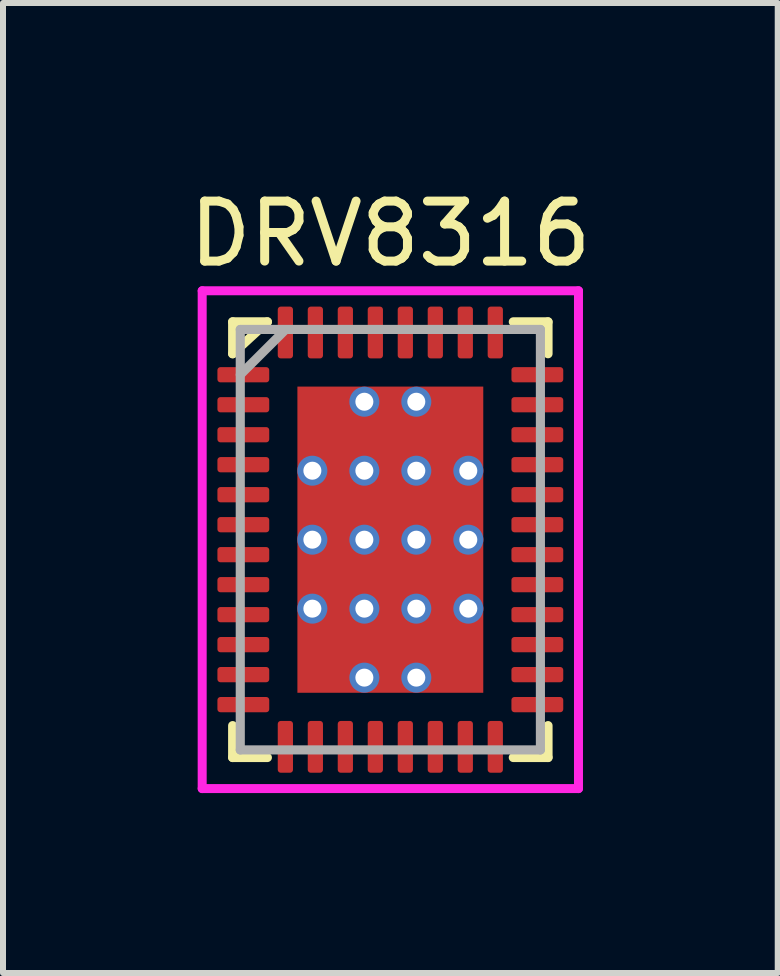
<source format=kicad_pcb>
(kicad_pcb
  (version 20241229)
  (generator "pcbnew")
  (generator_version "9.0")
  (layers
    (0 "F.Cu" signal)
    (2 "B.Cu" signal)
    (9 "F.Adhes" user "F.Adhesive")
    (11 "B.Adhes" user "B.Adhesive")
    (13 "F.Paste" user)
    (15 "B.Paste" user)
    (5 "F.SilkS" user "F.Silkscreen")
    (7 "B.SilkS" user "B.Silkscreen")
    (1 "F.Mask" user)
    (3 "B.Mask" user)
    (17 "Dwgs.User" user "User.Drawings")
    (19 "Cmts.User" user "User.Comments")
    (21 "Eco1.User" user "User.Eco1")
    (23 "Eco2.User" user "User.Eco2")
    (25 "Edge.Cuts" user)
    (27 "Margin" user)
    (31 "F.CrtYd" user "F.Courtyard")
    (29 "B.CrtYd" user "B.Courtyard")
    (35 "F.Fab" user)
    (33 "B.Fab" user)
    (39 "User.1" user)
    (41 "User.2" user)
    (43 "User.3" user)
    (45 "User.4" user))
  (footprint "DRV8316"
    (layer "F.Cu")
    (at 3.458 5.948)
    (property "Reference" "DRV8316" (at 0 -5.1 0) (layer "F.SilkS") (effects (font (size 1 1) (thickness 0.15))))
    (attr through_hole)
    (fp_line (start -2.629 -3.632) (end -2.629 -3.1) (stroke (width 0.152) (type solid)) (layer "F.SilkS"))
    (fp_line (start -2.629 -3.1) (end -2.05 -3.632) (stroke (width 0.152) (type solid)) (layer "F.SilkS"))
    (fp_line (start -2.629 3.1) (end -2.629 3.632) (stroke (width 0.152) (type solid)) (layer "F.SilkS"))
    (fp_line (start -2.629 3.632) (end -2.05 3.632) (stroke (width 0.152) (type solid)) (layer "F.SilkS"))
    (fp_line (start -2.05 -3.632) (end -2.629 -3.632) (stroke (width 0.152) (type solid)) (layer "F.SilkS"))
    (fp_line (start 2.05 3.632) (end 2.629 3.632) (stroke (width 0.152) (type solid)) (layer "F.SilkS"))
    (fp_line (start 2.629 -3.632) (end 2.05 -3.632) (stroke (width 0.152) (type solid)) (layer "F.SilkS"))
    (fp_line (start 2.629 -3.1) (end 2.629 -3.632) (stroke (width 0.152) (type solid)) (layer "F.SilkS"))
    (fp_line (start 2.629 3.632) (end 2.629 3.1) (stroke (width 0.152) (type solid)) (layer "F.SilkS"))
    (fp_poly (pts (xy -0.6 -1.375) (xy -1.15 -1.375) (xy -1.15 -2.125) (xy -0.6 -2.125)) (stroke (width 0.1) (type solid)) (fill yes) (layer "F.Paste"))
    (fp_poly (pts (xy -0.6 -0.208) (xy -1.15 -0.208) (xy -1.15 -0.958) (xy -0.6 -0.958)) (stroke (width 0.1) (type solid)) (fill yes) (layer "F.Paste"))
    (fp_poly (pts (xy -0.6 0.958) (xy -1.15 0.958) (xy -1.15 0.208) (xy -0.6 0.208)) (stroke (width 0.1) (type solid)) (fill yes) (layer "F.Paste"))
    (fp_poly (pts (xy -0.6 2.125) (xy -1.15 2.125) (xy -1.15 1.375) (xy -0.6 1.375)) (stroke (width 0.1) (type solid)) (fill yes) (layer "F.Paste"))
    (fp_poly (pts (xy 0.275 -1.375) (xy -0.275 -1.375) (xy -0.275 -2.125) (xy 0.275 -2.125)) (stroke (width 0.1) (type solid)) (fill yes) (layer "F.Paste"))
    (fp_poly (pts (xy 0.275 -0.208) (xy -0.275 -0.208) (xy -0.275 -0.958) (xy 0.275 -0.958)) (stroke (width 0.1) (type solid)) (fill yes) (layer "F.Paste"))
    (fp_poly (pts (xy 0.275 0.958) (xy -0.275 0.958) (xy -0.275 0.208) (xy 0.275 0.208)) (stroke (width 0.1) (type solid)) (fill yes) (layer "F.Paste"))
    (fp_poly (pts (xy 0.275 2.125) (xy -0.275 2.125) (xy -0.275 1.375) (xy 0.275 1.375)) (stroke (width 0.1) (type solid)) (fill yes) (layer "F.Paste"))
    (fp_poly (pts (xy 1.15 -1.375) (xy 0.6 -1.375) (xy 0.6 -2.125) (xy 1.15 -2.125)) (stroke (width 0.1) (type solid)) (fill yes) (layer "F.Paste"))
    (fp_poly (pts (xy 1.15 -0.208) (xy 0.6 -0.208) (xy 0.6 -0.958) (xy 1.15 -0.958)) (stroke (width 0.1) (type solid)) (fill yes) (layer "F.Paste"))
    (fp_poly (pts (xy 1.15 0.958) (xy 0.6 0.958) (xy 0.6 0.208) (xy 1.15 0.208)) (stroke (width 0.1) (type solid)) (fill yes) (layer "F.Paste"))
    (fp_poly (pts (xy 1.15 2.125) (xy 0.6 2.125) (xy 0.6 1.375) (xy 1.15 1.375)) (stroke (width 0.1) (type solid)) (fill yes) (layer "F.Paste"))
    (fp_line (start -3.137 -4.15) (end 3.137 -4.15) (stroke (width 0.15) (type solid)) (layer "F.CrtYd"))
    (fp_line (start -3.137 4.15) (end -3.137 -4.15) (stroke (width 0.15) (type solid)) (layer "F.CrtYd"))
    (fp_line (start 3.137 -4.15) (end 3.137 4.15) (stroke (width 0.15) (type solid)) (layer "F.CrtYd"))
    (fp_line (start 3.137 4.15) (end -3.137 4.15) (stroke (width 0.15) (type solid)) (layer "F.CrtYd"))
    (fp_line (start -2.502 -3.505) (end -2.502 3.505) (stroke (width 0.152) (type solid)) (layer "F.Fab"))
    (fp_line (start -2.502 -2.75) (end -1.75 -3.5) (stroke (width 0.152) (type solid)) (layer "F.Fab"))
    (fp_line (start -2.502 3.505) (end 2.502 3.505) (stroke (width 0.152) (type solid)) (layer "F.Fab"))
    (fp_line (start 2.502 -3.505) (end -2.502 -3.505) (stroke (width 0.152) (type solid)) (layer "F.Fab"))
    (fp_line (start 2.502 3.505) (end 2.502 -3.505) (stroke (width 0.152) (type solid)) (layer "F.Fab"))
    (pad "1" smd roundrect (at -2.451 -2.75 90) (size 0.254 0.864) (layers "F.Cu" "F.Mask" "F.Paste") (roundrect_rratio 0.197))
    (pad "2" smd roundrect (at -2.451 -2.25 90) (size 0.254 0.864) (layers "F.Cu" "F.Mask" "F.Paste") (roundrect_rratio 0.197))
    (pad "3" smd roundrect (at -2.451 -1.75 90) (size 0.254 0.864) (layers "F.Cu" "F.Mask" "F.Paste") (roundrect_rratio 0.197))
    (pad "4" smd roundrect (at -2.451 -1.25 90) (size 0.254 0.864) (layers "F.Cu" "F.Mask" "F.Paste") (roundrect_rratio 0.197))
    (pad "5" smd roundrect (at -2.451 -0.75 90) (size 0.254 0.864) (layers "F.Cu" "F.Mask" "F.Paste") (roundrect_rratio 0.197))
    (pad "6" smd roundrect (at -2.451 -0.25 90) (size 0.254 0.864) (layers "F.Cu" "F.Mask" "F.Paste") (roundrect_rratio 0.197))
    (pad "7" smd roundrect (at -2.451 0.25 90) (size 0.254 0.864) (layers "F.Cu" "F.Mask" "F.Paste") (roundrect_rratio 0.197))
    (pad "8" smd roundrect (at -2.451 0.75 90) (size 0.254 0.864) (layers "F.Cu" "F.Mask" "F.Paste") (roundrect_rratio 0.197))
    (pad "9" smd roundrect (at -2.451 1.25 90) (size 0.254 0.864) (layers "F.Cu" "F.Mask" "F.Paste") (roundrect_rratio 0.197))
    (pad "10" smd roundrect (at -2.451 1.75 90) (size 0.254 0.864) (layers "F.Cu" "F.Mask" "F.Paste") (roundrect_rratio 0.197))
    (pad "11" smd roundrect (at -2.451 2.25 90) (size 0.254 0.864) (layers "F.Cu" "F.Mask" "F.Paste") (roundrect_rratio 0.197))
    (pad "12" smd roundrect (at -2.451 2.75 90) (size 0.254 0.864) (layers "F.Cu" "F.Mask" "F.Paste") (roundrect_rratio 0.197))
    (pad "13" smd roundrect (at -1.75 3.454) (size 0.254 0.864) (layers "F.Cu" "F.Mask" "F.Paste") (roundrect_rratio 0.197))
    (pad "14" smd roundrect (at -1.25 3.454) (size 0.254 0.864) (layers "F.Cu" "F.Mask" "F.Paste") (roundrect_rratio 0.197))
    (pad "15" smd roundrect (at -0.75 3.454) (size 0.254 0.864) (layers "F.Cu" "F.Mask" "F.Paste") (roundrect_rratio 0.197))
    (pad "16" smd roundrect (at -0.25 3.454) (size 0.254 0.864) (layers "F.Cu" "F.Mask" "F.Paste") (roundrect_rratio 0.197))
    (pad "17" smd roundrect (at 0.25 3.454) (size 0.254 0.864) (layers "F.Cu" "F.Mask" "F.Paste") (roundrect_rratio 0.197))
    (pad "18" smd roundrect (at 0.75 3.454) (size 0.254 0.864) (layers "F.Cu" "F.Mask" "F.Paste") (roundrect_rratio 0.197))
    (pad "19" smd roundrect (at 1.25 3.454) (size 0.254 0.864) (layers "F.Cu" "F.Mask" "F.Paste") (roundrect_rratio 0.197))
    (pad "20" smd roundrect (at 1.75 3.454) (size 0.254 0.864) (layers "F.Cu" "F.Mask" "F.Paste") (roundrect_rratio 0.197))
    (pad "21" smd roundrect (at 2.451 2.75 90) (size 0.254 0.864) (layers "F.Cu" "F.Mask" "F.Paste") (roundrect_rratio 0.197))
    (pad "22" smd roundrect (at 2.451 2.25 90) (size 0.254 0.864) (layers "F.Cu" "F.Mask" "F.Paste") (roundrect_rratio 0.197))
    (pad "23" smd roundrect (at 2.451 1.75 90) (size 0.254 0.864) (layers "F.Cu" "F.Mask" "F.Paste") (roundrect_rratio 0.197))
    (pad "24" smd roundrect (at 2.451 1.25 90) (size 0.254 0.864) (layers "F.Cu" "F.Mask" "F.Paste") (roundrect_rratio 0.197))
    (pad "25" smd roundrect (at 2.451 0.75 90) (size 0.254 0.864) (layers "F.Cu" "F.Mask" "F.Paste") (roundrect_rratio 0.197))
    (pad "26" smd roundrect (at 2.451 0.25 90) (size 0.254 0.864) (layers "F.Cu" "F.Mask" "F.Paste") (roundrect_rratio 0.197))
    (pad "27" smd roundrect (at 2.451 -0.25 90) (size 0.254 0.864) (layers "F.Cu" "F.Mask" "F.Paste") (roundrect_rratio 0.197))
    (pad "28" smd roundrect (at 2.451 -0.75 90) (size 0.254 0.864) (layers "F.Cu" "F.Mask" "F.Paste") (roundrect_rratio 0.197))
    (pad "29" smd roundrect (at 2.451 -1.25 90) (size 0.254 0.864) (layers "F.Cu" "F.Mask" "F.Paste") (roundrect_rratio 0.197))
    (pad "30" smd roundrect (at 2.451 -1.75 90) (size 0.254 0.864) (layers "F.Cu" "F.Mask" "F.Paste") (roundrect_rratio 0.197))
    (pad "31" smd roundrect (at 2.451 -2.25 90) (size 0.254 0.864) (layers "F.Cu" "F.Mask" "F.Paste") (roundrect_rratio 0.197))
    (pad "32" smd roundrect (at 2.451 -2.75 90) (size 0.254 0.864) (layers "F.Cu" "F.Mask" "F.Paste") (roundrect_rratio 0.197))
    (pad "33" smd roundrect (at 1.75 -3.454) (size 0.254 0.864) (layers "F.Cu" "F.Mask" "F.Paste") (roundrect_rratio 0.197))
    (pad "34" smd roundrect (at 1.25 -3.454) (size 0.254 0.864) (layers "F.Cu" "F.Mask" "F.Paste") (roundrect_rratio 0.197))
    (pad "35" smd roundrect (at 0.75 -3.454) (size 0.254 0.864) (layers "F.Cu" "F.Mask" "F.Paste") (roundrect_rratio 0.197))
    (pad "36" smd roundrect (at 0.25 -3.454) (size 0.254 0.864) (layers "F.Cu" "F.Mask" "F.Paste") (roundrect_rratio 0.197))
    (pad "37" smd roundrect (at -0.25 -3.454) (size 0.254 0.864) (layers "F.Cu" "F.Mask" "F.Paste") (roundrect_rratio 0.197))
    (pad "38" smd roundrect (at -0.75 -3.454) (size 0.254 0.864) (layers "F.Cu" "F.Mask" "F.Paste") (roundrect_rratio 0.197))
    (pad "39" smd roundrect (at -1.25 -3.454) (size 0.254 0.864) (layers "F.Cu" "F.Mask" "F.Paste") (roundrect_rratio 0.197))
    (pad "40" smd roundrect (at -1.75 -3.454) (size 0.254 0.864) (layers "F.Cu" "F.Mask" "F.Paste") (roundrect_rratio 0.197))
    (pad "41" thru_hole circle (at -1.3 -1.15) (size 0.5 0.5) (drill 0.3) (layers "*.Cu"))
    (pad "41" thru_hole circle (at -1.3 0) (size 0.5 0.5) (drill 0.3) (layers "*.Cu"))
    (pad "41" thru_hole circle (at -1.3 1.15) (size 0.5 0.5) (drill 0.3) (layers "*.Cu"))
    (pad "41" thru_hole circle (at -0.433 -2.3) (size 0.5 0.5) (drill 0.3) (layers "*.Cu"))
    (pad "41" thru_hole circle (at -0.433 -1.15) (size 0.5 0.5) (drill 0.3) (layers "*.Cu"))
    (pad "41" thru_hole circle (at -0.433 0) (size 0.5 0.5) (drill 0.3) (layers "*.Cu"))
    (pad "41" thru_hole circle (at -0.433 1.15) (size 0.5 0.5) (drill 0.3) (layers "*.Cu"))
    (pad "41" thru_hole circle (at -0.433 2.3) (size 0.5 0.5) (drill 0.3) (layers "*.Cu"))
    (pad "41" smd rect (at 0 0) (size 3.099 5.105) (layers "F.Cu" "F.Mask"))
    (pad "41" thru_hole circle (at 0.433 -2.3) (size 0.5 0.5) (drill 0.3) (layers "*.Cu"))
    (pad "41" thru_hole circle (at 0.433 -1.15) (size 0.5 0.5) (drill 0.3) (layers "*.Cu"))
    (pad "41" thru_hole circle (at 0.433 0) (size 0.5 0.5) (drill 0.3) (layers "*.Cu"))
    (pad "41" thru_hole circle (at 0.433 1.15) (size 0.5 0.5) (drill 0.3) (layers "*.Cu"))
    (pad "41" thru_hole circle (at 0.433 2.3) (size 0.5 0.5) (drill 0.3) (layers "*.Cu"))
    (pad "41" thru_hole circle (at 1.3 -1.15) (size 0.5 0.5) (drill 0.3) (layers "*.Cu"))
    (pad "41" thru_hole circle (at 1.3 0) (size 0.5 0.5) (drill 0.3) (layers "*.Cu"))
    (pad "41" thru_hole circle (at 1.3 1.15) (size 0.5 0.5) (drill 0.3) (layers "*.Cu")))
  (gr_rect
    (start -3 -3)
    (end 9.917 13.173)
    (stroke (width 0.1) (type default))
    (fill no)
    (layer "Edge.Cuts")))
</source>
